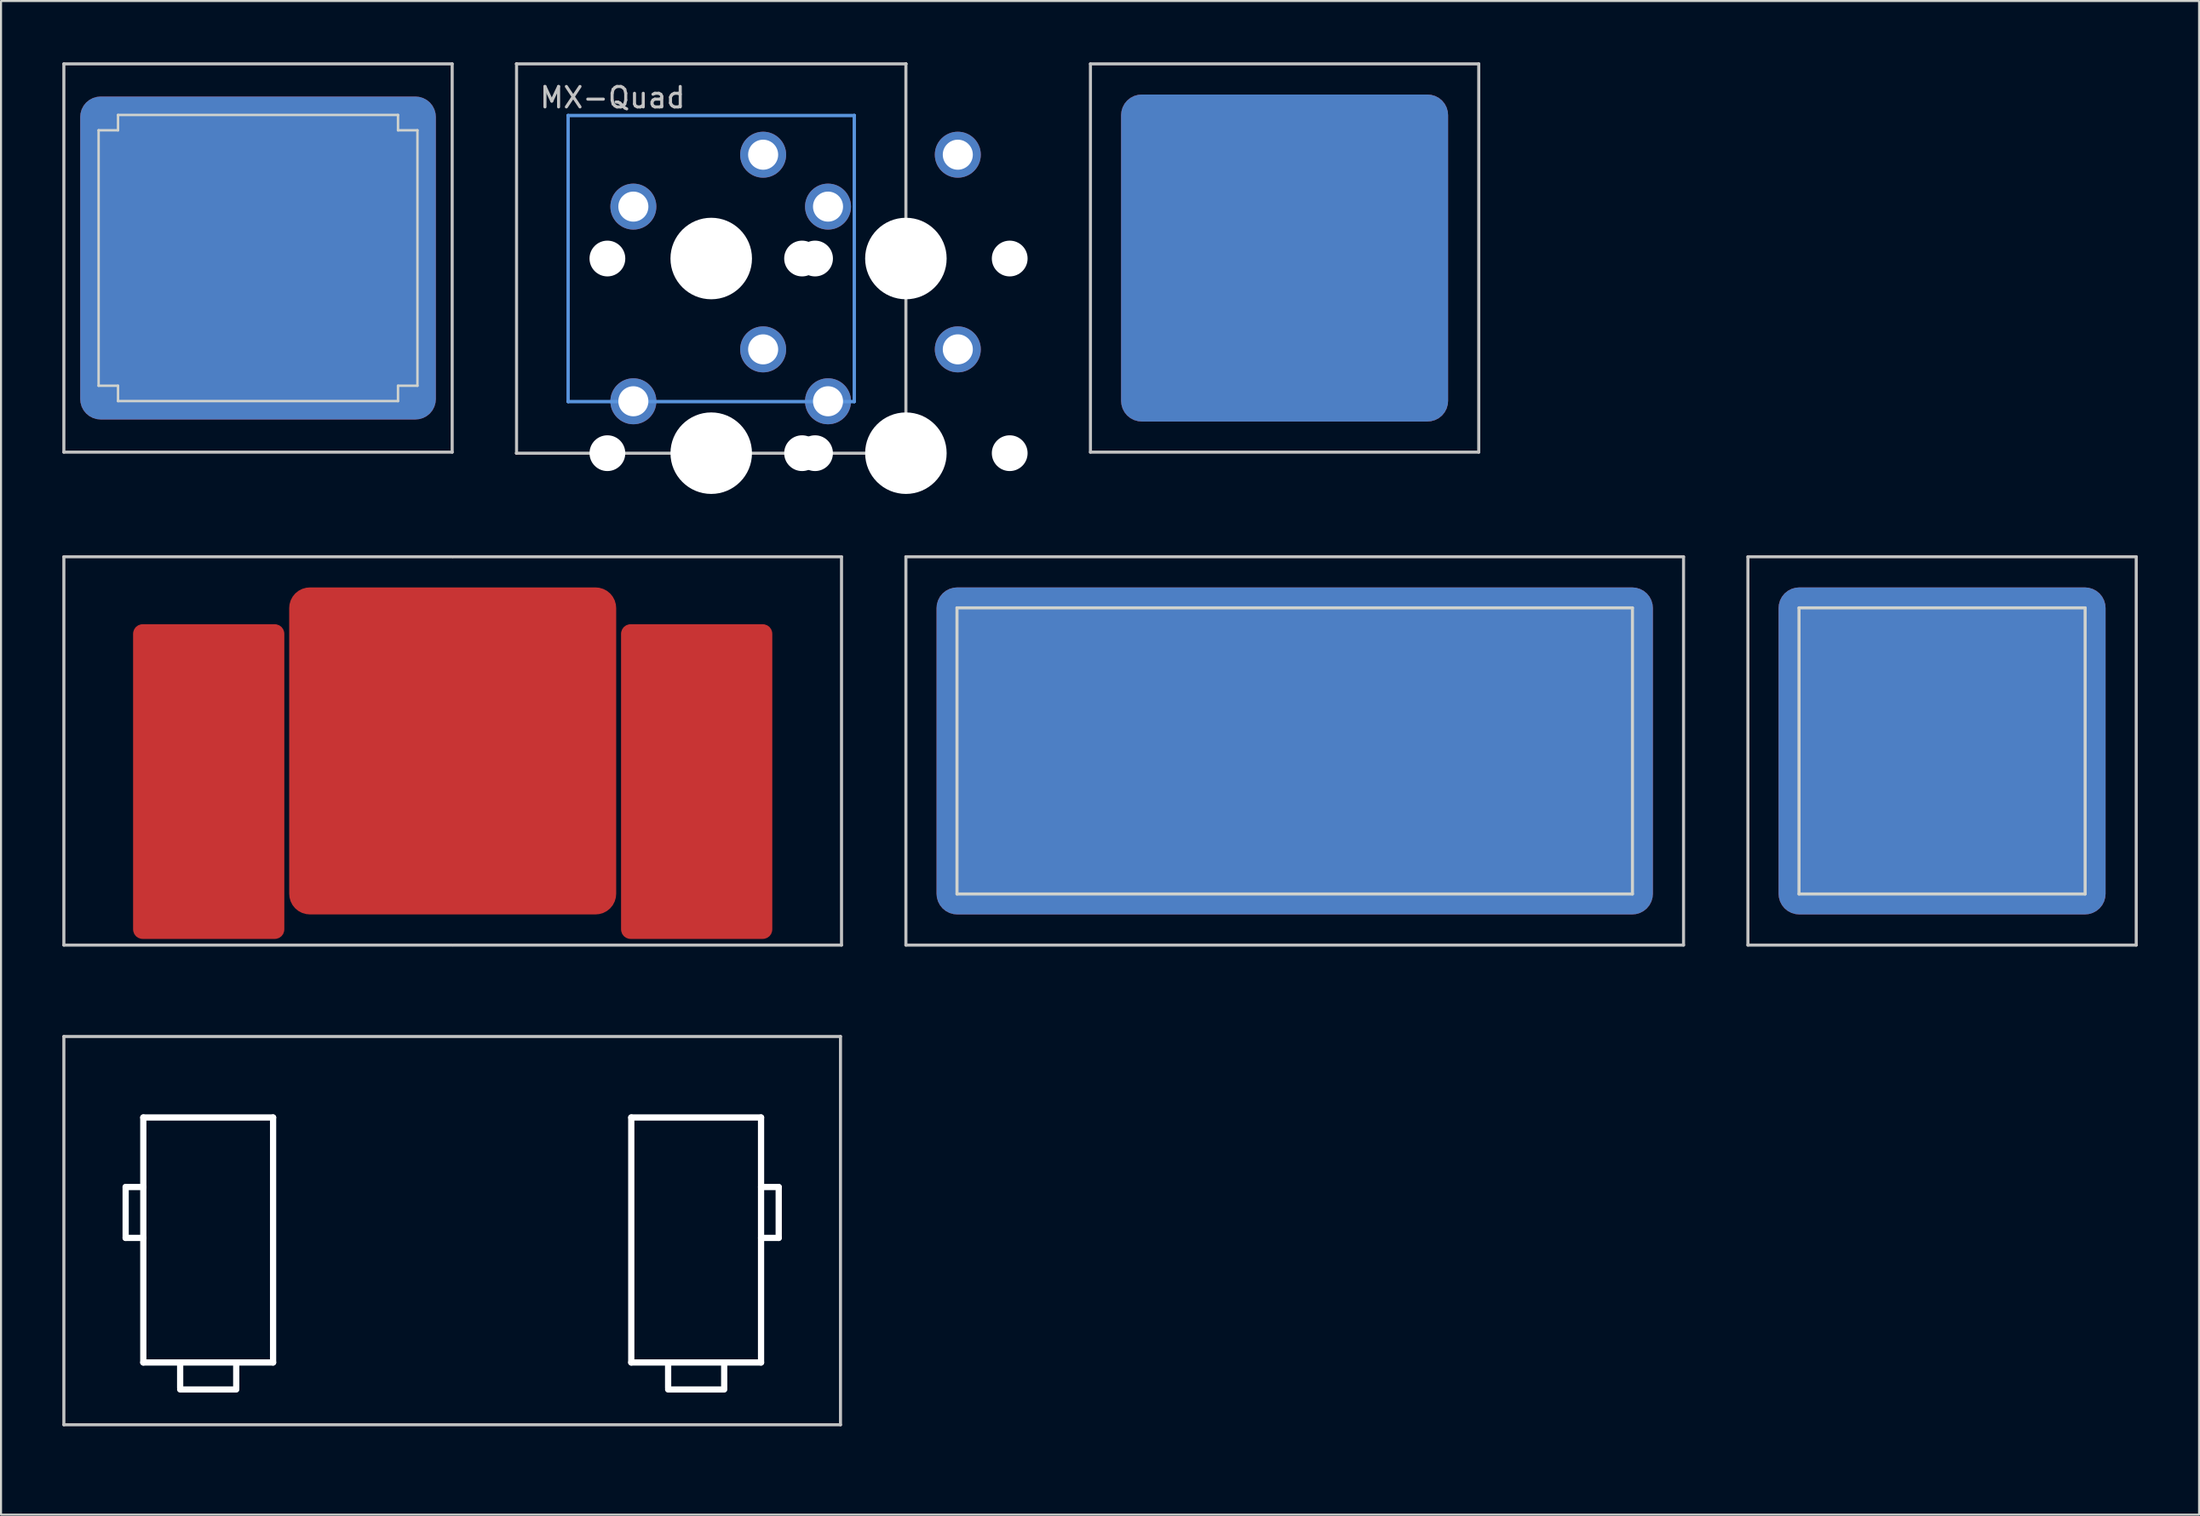
<source format=kicad_pcb>
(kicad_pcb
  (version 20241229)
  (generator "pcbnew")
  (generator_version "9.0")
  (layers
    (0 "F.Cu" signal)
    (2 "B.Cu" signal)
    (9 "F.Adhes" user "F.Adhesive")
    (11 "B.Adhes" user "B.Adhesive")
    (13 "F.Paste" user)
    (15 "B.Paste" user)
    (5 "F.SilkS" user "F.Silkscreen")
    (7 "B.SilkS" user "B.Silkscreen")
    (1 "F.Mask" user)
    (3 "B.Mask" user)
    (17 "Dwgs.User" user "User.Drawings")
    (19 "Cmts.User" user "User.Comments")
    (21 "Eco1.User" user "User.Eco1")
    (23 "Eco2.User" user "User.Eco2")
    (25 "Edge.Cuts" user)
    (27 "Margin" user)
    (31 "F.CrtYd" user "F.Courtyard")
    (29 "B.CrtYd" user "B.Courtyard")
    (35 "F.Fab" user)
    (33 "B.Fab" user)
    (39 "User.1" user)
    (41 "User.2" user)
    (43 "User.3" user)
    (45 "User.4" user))
  (footprint "MX_FMask-with-cutout"
    (layer "F.Cu")
    (at 91.975 33.694)
    (property "Reference" "MX_FMask-with-cutout" (at 0.25 10.05 0) (layer "Eco2.User") (effects (font (size 1 1) (thickness 0.15))))
    (attr through_hole)
    (fp_line (start -9.5 -9.5) (end 9.5 -9.5) (stroke (width 0.15) (type solid)) (layer "Dwgs.User"))
    (fp_line (start -9.5 9.5) (end -9.5 -9.5) (stroke (width 0.15) (type solid)) (layer "Dwgs.User"))
    (fp_line (start 9.5 -9.5) (end 9.5 9.5) (stroke (width 0.15) (type solid)) (layer "Dwgs.User"))
    (fp_line (start 9.5 9.5) (end -9.5 9.5) (stroke (width 0.15) (type solid)) (layer "Dwgs.User"))
    (fp_line (start -7 -7) (end -7 7) (stroke (width 0.15) (type solid)) (layer "Edge.Cuts"))
    (fp_line (start -7 7) (end 7 7) (stroke (width 0.15) (type solid)) (layer "Edge.Cuts"))
    (fp_line (start 7 -7) (end -7 -7) (stroke (width 0.15) (type solid)) (layer "Edge.Cuts"))
    (fp_line (start 7 7) (end 7 -7) (stroke (width 0.15) (type solid)) (layer "Edge.Cuts"))
    (pad "1" smd roundrect (at 0 0 180) (size 16 16) (layers "F.Cu" "F.Mask") (roundrect_rratio 0.063))
    (pad "1" smd roundrect (at 0 0 180) (size 16 16) (layers "B.Cu" "B.Mask") (roundrect_rratio 0.063)))
  (footprint "MX-Quad"
    (layer "F.Cu")
    (at 31.75 9.6)
    (property "Reference" "MX-Quad" (at -4.826 -7.874 0) (layer "Dwgs.User") (effects (font (size 1 1) (thickness 0.15))))
    (attr through_hole)
    (fp_line (start -9.525 -9.525) (end -9.525 -9.525) (stroke (width 0.15) (type solid)) (layer "Dwgs.User"))
    (fp_line (start -9.525 -9.525) (end -9.525 -9.525) (stroke (width 0.15) (type solid)) (layer "Dwgs.User"))
    (fp_line (start -9.525 -9.525) (end -9.525 9.525) (stroke (width 0.15) (type solid)) (layer "Dwgs.User"))
    (fp_line (start -9.525 -9.525) (end 9.525 -9.525) (stroke (width 0.15) (type solid)) (layer "Dwgs.User"))
    (fp_line (start -9.525 9.525) (end -9.525 9.525) (stroke (width 0.15) (type solid)) (layer "Dwgs.User"))
    (fp_line (start -9.525 9.525) (end -9.525 9.525) (stroke (width 0.15) (type solid)) (layer "Dwgs.User"))
    (fp_line (start -9.525 9.525) (end 9.525 9.525) (stroke (width 0.15) (type solid)) (layer "Dwgs.User"))
    (fp_line (start 9.525 -9.525) (end 9.525 -9.525) (stroke (width 0.15) (type solid)) (layer "Dwgs.User"))
    (fp_line (start 9.525 -9.525) (end 9.525 -9.525) (stroke (width 0.15) (type solid)) (layer "Dwgs.User"))
    (fp_line (start 9.525 9.525) (end 9.525 -9.525) (stroke (width 0.15) (type solid)) (layer "Dwgs.User"))
    (fp_line (start 9.525 9.525) (end 9.525 9.525) (stroke (width 0.15) (type solid)) (layer "Dwgs.User"))
    (fp_line (start 9.525 9.525) (end 9.525 9.525) (stroke (width 0.15) (type solid)) (layer "Dwgs.User"))
    (fp_line (start -7 -7) (end -7 -7) (stroke (width 0.15) (type solid)) (layer "Cmts.User"))
    (fp_line (start -7 -7) (end -7 -7) (stroke (width 0.15) (type solid)) (layer "Cmts.User"))
    (fp_line (start -7 -7) (end -7 7) (stroke (width 0.15) (type solid)) (layer "Cmts.User"))
    (fp_line (start -7 -7) (end 7 -7) (stroke (width 0.15) (type solid)) (layer "Cmts.User"))
    (fp_line (start -7 7) (end -7 -7) (stroke (width 0.15) (type solid)) (layer "Cmts.User"))
    (fp_line (start -7 7) (end -7 7) (stroke (width 0.15) (type solid)) (layer "Cmts.User"))
    (fp_line (start -7 7) (end -7 7) (stroke (width 0.15) (type solid)) (layer "Cmts.User"))
    (fp_line (start -7 7) (end 7 7) (stroke (width 0.15) (type solid)) (layer "Cmts.User"))
    (fp_line (start 7 -7) (end -7 -7) (stroke (width 0.15) (type solid)) (layer "Cmts.User"))
    (fp_line (start 7 -7) (end 7 -7) (stroke (width 0.15) (type solid)) (layer "Cmts.User"))
    (fp_line (start 7 -7) (end 7 -7) (stroke (width 0.15) (type solid)) (layer "Cmts.User"))
    (fp_line (start 7 -7) (end 7 7) (stroke (width 0.15) (type solid)) (layer "Cmts.User"))
    (fp_line (start 7 7) (end -7 7) (stroke (width 0.15) (type solid)) (layer "Cmts.User"))
    (fp_line (start 7 7) (end 7 -7) (stroke (width 0.15) (type solid)) (layer "Cmts.User"))
    (fp_line (start 7 7) (end 7 7) (stroke (width 0.15) (type solid)) (layer "Cmts.User"))
    (fp_line (start 7 7) (end 7 7) (stroke (width 0.15) (type solid)) (layer "Cmts.User"))
    (pad "" np_thru_hole circle (at -5.08 0) (size 1.75 1.75) (drill 1.75) (layers "*.Cu" "*.Mask"))
    (pad "" np_thru_hole circle (at -5.08 9.525) (size 1.75 1.75) (drill 1.75) (layers "*.Cu" "*.Mask"))
    (pad "" np_thru_hole circle (at 0 0) (size 3.988 3.988) (drill 3.988) (layers "*.Cu" "*.Mask"))
    (pad "" np_thru_hole circle (at 0 9.525) (size 3.988 3.988) (drill 3.988) (layers "*.Cu" "*.Mask"))
    (pad "" np_thru_hole circle (at 4.445 0) (size 1.75 1.75) (drill 1.75) (layers "*.Cu" "*.Mask"))
    (pad "" np_thru_hole circle (at 4.445 9.525) (size 1.75 1.75) (drill 1.75) (layers "*.Cu" "*.Mask"))
    (pad "" np_thru_hole circle (at 5.08 0) (size 1.75 1.75) (drill 1.75) (layers "*.Cu" "*.Mask"))
    (pad "" np_thru_hole circle (at 5.08 9.525) (size 1.75 1.75) (drill 1.75) (layers "*.Cu" "*.Mask"))
    (pad "" np_thru_hole circle (at 9.525 0) (size 3.988 3.988) (drill 3.988) (layers "*.Cu" "*.Mask"))
    (pad "" np_thru_hole circle (at 9.525 9.525) (size 3.988 3.988) (drill 3.988) (layers "*.Cu" "*.Mask"))
    (pad "" np_thru_hole circle (at 14.605 0) (size 1.75 1.75) (drill 1.75) (layers "*.Cu" "*.Mask"))
    (pad "" np_thru_hole circle (at 14.605 9.525) (size 1.75 1.75) (drill 1.75) (layers "*.Cu" "*.Mask"))
    (pad "1" thru_hole circle (at -3.81 -2.54) (size 2.25 2.25) (drill 1.47) (layers "*.Cu" "*.Mask"))
    (pad "1" thru_hole circle (at -3.81 6.985) (size 2.25 2.25) (drill 1.47) (layers "*.Cu" "*.Mask"))
    (pad "1" thru_hole circle (at 5.715 -2.54) (size 2.25 2.25) (drill 1.47) (layers "*.Cu" "*.Mask"))
    (pad "1" thru_hole circle (at 5.715 6.985) (size 2.25 2.25) (drill 1.47) (layers "*.Cu" "*.Mask"))
    (pad "2" thru_hole circle (at 2.54 -5.08) (size 2.25 2.25) (drill 1.47) (layers "*.Cu" "*.Mask"))
    (pad "2" thru_hole circle (at 2.54 4.445) (size 2.25 2.25) (drill 1.47) (layers "*.Cu" "*.Mask"))
    (pad "2" thru_hole circle (at 12.065 -5.08) (size 2.25 2.25) (drill 1.47) (layers "*.Cu" "*.Mask"))
    (pad "2" thru_hole circle (at 12.065 4.445) (size 2.25 2.25) (drill 1.47) (layers "*.Cu" "*.Mask")))
  (footprint "MX_FMask-2u"
    (layer "F.Cu")
    (at 19.1 33.694)
    (property "Reference" "MX_FMask-2u" (at 0.25 10.05 0) (layer "Eco2.User") (effects (font (size 1 1) (thickness 0.15))))
    (attr through_hole)
    (fp_line (start -19.025 -9.5) (end -0.025 -9.5) (stroke (width 0.15) (type solid)) (layer "Dwgs.User"))
    (fp_line (start -19.025 9.5) (end -19.025 -9.5) (stroke (width 0.15) (type solid)) (layer "Dwgs.User"))
    (fp_line (start -0.025 9.5) (end -19.025 9.5) (stroke (width 0.15) (type solid)) (layer "Dwgs.User"))
    (fp_line (start 0.025 -9.5) (end 19.025 -9.5) (stroke (width 0.15) (type solid)) (layer "Dwgs.User"))
    (fp_line (start 19.025 -9.5) (end 19.025 9.5) (stroke (width 0.15) (type solid)) (layer "Dwgs.User"))
    (fp_line (start 19.025 9.5) (end 0.025 9.5) (stroke (width 0.15) (type solid)) (layer "Dwgs.User"))
    (pad "1" smd roundrect (at -11.938 1.5 180) (size 7.4 15.4) (layers "F.Cu" "F.Mask") (roundrect_rratio 0.063))
    (pad "1" smd roundrect (at 0 0 180) (size 16 16) (layers "F.Cu" "F.Mask") (roundrect_rratio 0.063))
    (pad "1" smd roundrect (at 11.938 1.5 180) (size 7.4 15.4) (layers "F.Cu" "F.Mask") (roundrect_rratio 0.063)))
  (footprint "MX-Alps_Switch_Cutout"
    (layer "F.Cu")
    (at 9.575 9.575)
    (property "Reference" "MX-Alps_Switch_Cutout" (at 0.25 10.05 0) (layer "Eco2.User") (effects (font (size 1 1) (thickness 0.15))))
    (attr through_hole)
    (fp_line (start -9.5 -9.5) (end 9.5 -9.5) (stroke (width 0.15) (type solid)) (layer "Dwgs.User"))
    (fp_line (start -9.5 9.5) (end -9.5 -9.5) (stroke (width 0.15) (type solid)) (layer "Dwgs.User"))
    (fp_line (start 9.5 -9.5) (end 9.5 9.5) (stroke (width 0.15) (type solid)) (layer "Dwgs.User"))
    (fp_line (start 9.5 9.5) (end -9.5 9.5) (stroke (width 0.15) (type solid)) (layer "Dwgs.User"))
    (fp_line (start -7.8 -6.25) (end -6.85 -6.25) (stroke (width 0.12) (type solid)) (layer "Edge.Cuts"))
    (fp_line (start -7.8 6.25) (end -7.8 -6.25) (stroke (width 0.12) (type solid)) (layer "Edge.Cuts"))
    (fp_line (start -6.85 -7) (end 6.85 -7) (stroke (width 0.12) (type solid)) (layer "Edge.Cuts"))
    (fp_line (start -6.85 -6.25) (end -6.85 -7) (stroke (width 0.12) (type solid)) (layer "Edge.Cuts"))
    (fp_line (start -6.85 6.25) (end -7.8 6.25) (stroke (width 0.12) (type solid)) (layer "Edge.Cuts"))
    (fp_line (start -6.85 7) (end -6.85 6.25) (stroke (width 0.12) (type solid)) (layer "Edge.Cuts"))
    (fp_line (start 6.85 -7) (end 6.85 -6.25) (stroke (width 0.12) (type solid)) (layer "Edge.Cuts"))
    (fp_line (start 6.85 -6.25) (end 7.8 -6.25) (stroke (width 0.12) (type solid)) (layer "Edge.Cuts"))
    (fp_line (start 6.85 6.25) (end 6.85 7) (stroke (width 0.12) (type solid)) (layer "Edge.Cuts"))
    (fp_line (start 6.85 7) (end -6.85 7) (stroke (width 0.12) (type solid)) (layer "Edge.Cuts"))
    (fp_line (start 7.8 -6.25) (end 7.8 6.25) (stroke (width 0.12) (type solid)) (layer "Edge.Cuts"))
    (fp_line (start 7.8 6.25) (end 6.85 6.25) (stroke (width 0.12) (type solid)) (layer "Edge.Cuts"))
    (pad "1" smd roundrect (at 0 0 180) (size 17.4 15.8) (layers "F.Cu" "F.Mask") (roundrect_rratio 0.063))
    (pad "1" smd roundrect (at 0 0 180) (size 17.4 15.8) (layers "B.Cu" "B.Mask") (roundrect_rratio 0.063)))
  (footprint "MX_FMask-2u-with-cutout"
    (layer "F.Cu")
    (at 60.3 33.694)
    (property "Reference" "MX_FMask-2u-with-cutout" (at 0.25 10.05 0) (layer "Eco2.User") (effects (font (size 1 1) (thickness 0.15))))
    (attr through_hole)
    (fp_line (start -19.025 -9.5) (end 19.025 -9.5) (stroke (width 0.15) (type solid)) (layer "Dwgs.User"))
    (fp_line (start -19.025 9.5) (end -19.025 -9.5) (stroke (width 0.15) (type solid)) (layer "Dwgs.User"))
    (fp_line (start 19.025 -9.5) (end 19.025 9.5) (stroke (width 0.15) (type solid)) (layer "Dwgs.User"))
    (fp_line (start 19.025 9.5) (end -19.025 9.5) (stroke (width 0.15) (type solid)) (layer "Dwgs.User"))
    (fp_line (start -16.525 -7) (end -16.525 7) (stroke (width 0.15) (type solid)) (layer "Edge.Cuts"))
    (fp_line (start -16.525 7) (end 16.525 7) (stroke (width 0.15) (type solid)) (layer "Edge.Cuts"))
    (fp_line (start 16.525 -7) (end -16.525 -7) (stroke (width 0.15) (type solid)) (layer "Edge.Cuts"))
    (fp_line (start 16.525 7) (end 16.525 -7) (stroke (width 0.15) (type solid)) (layer "Edge.Cuts"))
    (pad "1" smd roundrect (at 0 0 180) (size 35.05 16) (layers "F.Cu" "F.Mask") (roundrect_rratio 0.063))
    (pad "1" smd roundrect (at 0 0 180) (size 35.05 16) (layers "B.Cu" "B.Mask") (roundrect_rratio 0.063)))
  (footprint "MX_FMask"
    (layer "F.Cu")
    (at 59.805 9.575)
    (property "Reference" "MX_FMask" (at 0.25 10.05 0) (layer "Eco2.User") (effects (font (size 1 1) (thickness 0.15))))
    (attr through_hole)
    (fp_line (start -9.5 -9.5) (end 9.5 -9.5) (stroke (width 0.15) (type solid)) (layer "Dwgs.User"))
    (fp_line (start -9.5 9.5) (end -9.5 -9.5) (stroke (width 0.15) (type solid)) (layer "Dwgs.User"))
    (fp_line (start 9.5 -9.5) (end 9.5 9.5) (stroke (width 0.15) (type solid)) (layer "Dwgs.User"))
    (fp_line (start 9.5 9.5) (end -9.5 9.5) (stroke (width 0.15) (type solid)) (layer "Dwgs.User"))
    (pad "1" smd roundrect (at 0 0 180) (size 16 16) (layers "F.Cu" "F.Mask") (roundrect_rratio 0.063))
    (pad "1" smd roundrect (at 0 0 180) (size 16 16) (layers "B.Cu" "B.Mask") (roundrect_rratio 0.063)))
  (footprint "MX_Stabilizer_Cutout-2u"
    (layer "F.Cu")
    (at 19.075 57.167)
    (property "Reference" "MX_Stabilizer_Cutout-2u" (at 0.25 10.05 0) (layer "Eco2.User") (effects (font (size 1 1) (thickness 0.15))))
    (attr through_hole)
    (fp_line (start -19 -9.5) (end 19 -9.5) (stroke (width 0.15) (type solid)) (layer "Dwgs.User"))
    (fp_line (start -19 9.5) (end -19 -9.5) (stroke (width 0.15) (type solid)) (layer "Dwgs.User"))
    (fp_line (start 19 -9.5) (end 19 9.5) (stroke (width 0.15) (type solid)) (layer "Dwgs.User"))
    (fp_line (start 19 9.5) (end -19 9.5) (stroke (width 0.15) (type solid)) (layer "Dwgs.User"))
    (pad "" np_thru_hole oval (at -15.977 -0.889) (size 0.305 2.794) (drill oval 0.305 2.794) (layers "*.Cu" "*.Mask"))
    (pad "" np_thru_hole oval (at -15.545 -2.134) (size 1.168 0.305) (drill oval 1.168 0.305) (layers "*.Cu" "*.Mask"))
    (pad "" np_thru_hole oval (at -15.545 0.356) (size 1.168 0.305) (drill oval 1.168 0.305) (layers "*.Cu" "*.Mask"))
    (pad "" np_thru_hole oval (at -15.113 0.457) (size 0.305 12.294) (drill oval 0.305 12.294) (layers "*.Cu" "*.Mask"))
    (pad "" np_thru_hole oval (at -13.31 7.112) (size 0.305 1.473) (drill oval 0.305 1.473) (layers "*.Cu" "*.Mask"))
    (pad "" np_thru_hole oval (at -11.938 -5.537) (size 6.655 0.305) (drill oval 6.655 0.305) (layers "*.Cu" "*.Mask"))
    (pad "" np_thru_hole oval (at -11.938 6.452) (size 6.655 0.305) (drill oval 6.655 0.305) (layers "*.Cu" "*.Mask"))
    (pad "" np_thru_hole oval (at -11.938 7.772) (size 3.048 0.305) (drill oval 3.048 0.305) (layers "*.Cu" "*.Mask"))
    (pad "" np_thru_hole oval (at -10.566 7.112) (size 0.305 1.473) (drill oval 0.305 1.473) (layers "*.Cu" "*.Mask"))
    (pad "" np_thru_hole oval (at -8.763 0.457) (size 0.305 12.294) (drill oval 0.305 12.294) (layers "*.Cu" "*.Mask"))
    (pad "" np_thru_hole oval (at 8.763 0.457) (size 0.305 12.294) (drill oval 0.305 12.294) (layers "*.Cu" "*.Mask"))
    (pad "" np_thru_hole oval (at 10.566 7.112) (size 0.305 1.473) (drill oval 0.305 1.473) (layers "*.Cu" "*.Mask"))
    (pad "" np_thru_hole oval (at 11.938 -5.537) (size 6.655 0.305) (drill oval 6.655 0.305) (layers "*.Cu" "*.Mask"))
    (pad "" np_thru_hole oval (at 11.938 6.452) (size 6.655 0.305) (drill oval 6.655 0.305) (layers "*.Cu" "*.Mask"))
    (pad "" np_thru_hole oval (at 11.938 7.772) (size 3.048 0.305) (drill oval 3.048 0.305) (layers "*.Cu" "*.Mask"))
    (pad "" np_thru_hole oval (at 13.31 7.112) (size 0.305 1.473) (drill oval 0.305 1.473) (layers "*.Cu" "*.Mask"))
    (pad "" np_thru_hole oval (at 15.113 0.457) (size 0.305 12.294) (drill oval 0.305 12.294) (layers "*.Cu" "*.Mask"))
    (pad "" np_thru_hole oval (at 15.545 -2.134) (size 1.168 0.305) (drill oval 1.168 0.305) (layers "*.Cu" "*.Mask"))
    (pad "" np_thru_hole oval (at 15.545 0.356) (size 1.168 0.305) (drill oval 1.168 0.305) (layers "*.Cu" "*.Mask"))
    (pad "" np_thru_hole oval (at 15.977 -0.889) (size 0.305 2.794) (drill oval 0.305 2.794) (layers "*.Cu" "*.Mask")))
  (gr_rect
    (start -3 -3)
    (end 104.55 71.065)
    (stroke (width 0.1) (type default))
    (fill no)
    (layer "Edge.Cuts")))
</source>
